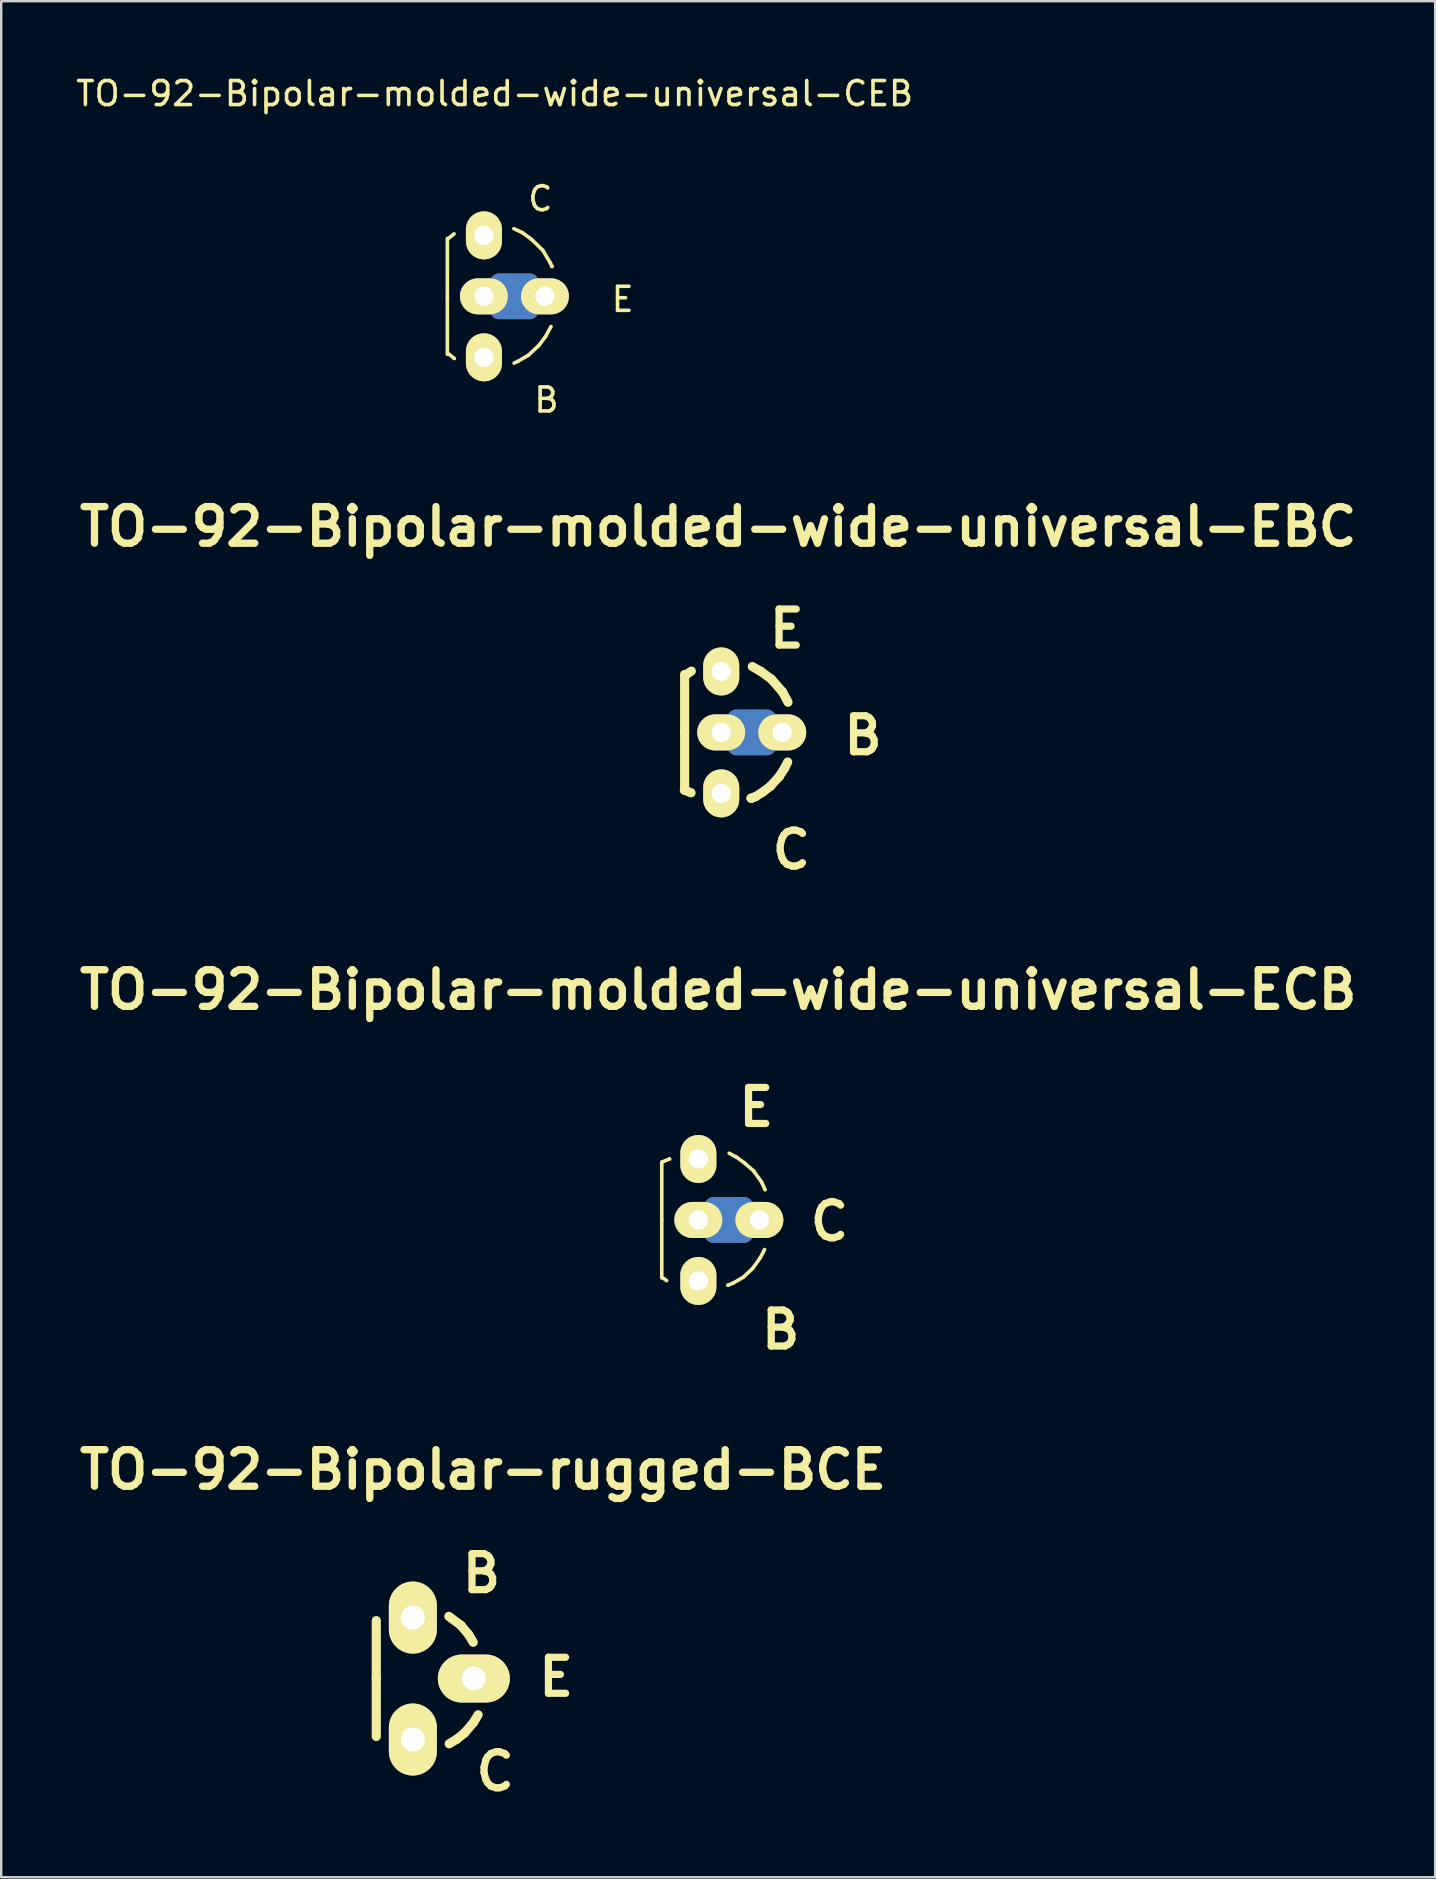
<source format=kicad_pcb>
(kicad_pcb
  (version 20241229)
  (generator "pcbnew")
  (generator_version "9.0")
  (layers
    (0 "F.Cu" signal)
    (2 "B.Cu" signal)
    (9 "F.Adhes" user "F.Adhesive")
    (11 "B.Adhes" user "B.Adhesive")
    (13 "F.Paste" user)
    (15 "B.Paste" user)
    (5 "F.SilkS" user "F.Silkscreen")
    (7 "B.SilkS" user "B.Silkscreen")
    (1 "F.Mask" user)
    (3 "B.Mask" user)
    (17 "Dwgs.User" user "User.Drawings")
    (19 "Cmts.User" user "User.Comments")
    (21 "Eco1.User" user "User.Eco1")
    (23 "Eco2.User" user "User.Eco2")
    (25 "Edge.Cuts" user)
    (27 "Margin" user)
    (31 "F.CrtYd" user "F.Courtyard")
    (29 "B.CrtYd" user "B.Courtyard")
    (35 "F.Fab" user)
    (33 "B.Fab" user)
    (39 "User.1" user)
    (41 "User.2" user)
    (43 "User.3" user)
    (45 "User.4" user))
  (footprint "TO-92-Bipolar-molded-wide-universal-CEB"
    (layer "F.Cu")
    (at 17.109 9.294)
    (property "Reference" "TO-92-Bipolar-molded-wide-universal-CEB" (at 0.445 -8.445 0) (layer "F.SilkS") (effects (font (size 1 1) (thickness 0.15))))
    (attr through_hole)
    (fp_line (start 0.635 -0.572) (end 1.905 -0.572) (stroke (width 0.762) (type solid)) (layer "F.Cu"))
    (fp_line (start 0.635 0.572) (end 1.905 0.572) (stroke (width 0.762) (type solid)) (layer "F.Cu"))
    (fp_line (start 0.889 0) (end 1.524 0) (stroke (width 0.762) (type solid)) (layer "F.Cu"))
    (fp_line (start 0.635 -0.572) (end 1.905 -0.572) (stroke (width 0.762) (type solid)) (layer "B.Cu"))
    (fp_line (start 0.635 0.572) (end 1.905 0.572) (stroke (width 0.762) (type solid)) (layer "B.Cu"))
    (fp_line (start 0.889 0) (end 1.524 0) (stroke (width 0.762) (type solid)) (layer "B.Cu"))
    (fp_line (start -1.524 0) (end -1.524 -2.413) (stroke (width 0.15) (type solid)) (layer "F.SilkS"))
    (fp_line (start -1.524 0) (end -1.524 2.413) (stroke (width 0.15) (type solid)) (layer "F.SilkS"))
    (fp_line (start -1.511 -2.388) (end -1.245 -2.603) (stroke (width 0.15) (type solid)) (layer "F.SilkS"))
    (fp_line (start -1.499 2.375) (end -1.232 2.591) (stroke (width 0.15) (type solid)) (layer "F.SilkS"))
    (fp_line (start 1.245 -2.819) (end 1.6 -2.654) (stroke (width 0.15) (type solid)) (layer "F.SilkS"))
    (fp_line (start 1.422 2.705) (end 1.257 2.781) (stroke (width 0.15) (type solid)) (layer "F.SilkS"))
    (fp_line (start 1.6 -2.654) (end 1.981 -2.375) (stroke (width 0.15) (type solid)) (layer "F.SilkS"))
    (fp_line (start 1.854 2.451) (end 1.422 2.705) (stroke (width 0.15) (type solid)) (layer "F.SilkS"))
    (fp_line (start 1.981 -2.375) (end 2.451 -1.918) (stroke (width 0.15) (type solid)) (layer "F.SilkS"))
    (fp_line (start 2.286 2.045) (end 1.854 2.451) (stroke (width 0.15) (type solid)) (layer "F.SilkS"))
    (fp_line (start 2.451 -1.918) (end 2.769 -1.384) (stroke (width 0.15) (type solid)) (layer "F.SilkS"))
    (fp_line (start 2.565 1.676) (end 2.286 2.045) (stroke (width 0.15) (type solid)) (layer "F.SilkS"))
    (fp_line (start 2.769 -1.384) (end 2.832 -1.245) (stroke (width 0.15) (type solid)) (layer "F.SilkS"))
    (fp_line (start 2.794 1.257) (end 2.565 1.676) (stroke (width 0.15) (type solid)) (layer "F.SilkS"))
    (fp_line (start 2.832 -1.245) (end 2.845 -1.245) (stroke (width 0.15) (type solid)) (layer "F.SilkS"))
    (fp_text user "E" (at 5.779 0.127 0) (layer "F.SilkS") (effects (font (size 1 1) (thickness 0.15))))
    (fp_text user "C" (at 2.349 -4.064 0) (layer "F.SilkS") (effects (font (size 1 1) (thickness 0.15))))
    (fp_text user "B" (at 2.603 4.318 0) (layer "F.SilkS") (effects (font (size 1 1) (thickness 0.15))))
    (pad "B" thru_hole oval (at 0 2.54) (size 1.501 1.999) (drill 0.8) (layers "*.Cu" "*.Mask" "F.SilkS"))
    (pad "C" thru_hole oval (at 0 -2.54) (size 1.501 1.999) (drill 0.8) (layers "*.Cu" "*.Mask" "F.SilkS"))
    (pad "E" thru_hole oval (at 0 0 90) (size 1.501 1.999) (drill 0.8) (layers "*.Cu" "*.Mask" "F.SilkS"))
    (pad "E" thru_hole oval (at 2.54 0) (size 1.999 1.501) (drill 0.8) (layers "*.Cu" "*.Mask" "F.SilkS")))
  (footprint "TO-92-Bipolar-molded-wide-universal-EBC"
    (layer "F.Cu")
    (at 26.993 27.459)
    (property "Reference" "TO-92-Bipolar-molded-wide-universal-EBC" (at -0.127 -8.572 0) (layer "F.SilkS") (effects (font (size 1.524 1.524) (thickness 0.305))))
    (attr through_hole)
    (fp_line (start 0.635 -0.572) (end 1.905 -0.572) (stroke (width 0.762) (type solid)) (layer "F.Cu"))
    (fp_line (start 0.635 0.572) (end 1.905 0.572) (stroke (width 0.762) (type solid)) (layer "F.Cu"))
    (fp_line (start 0.889 0) (end 1.524 0) (stroke (width 0.762) (type solid)) (layer "F.Cu"))
    (fp_line (start 0.635 -0.572) (end 1.905 -0.572) (stroke (width 0.762) (type solid)) (layer "B.Cu"))
    (fp_line (start 0.635 0.572) (end 1.905 0.572) (stroke (width 0.762) (type solid)) (layer "B.Cu"))
    (fp_line (start 0.889 0) (end 1.524 0) (stroke (width 0.762) (type solid)) (layer "B.Cu"))
    (fp_line (start -1.537 2.4) (end -1.257 2.515) (stroke (width 0.381) (type solid)) (layer "F.SilkS"))
    (fp_line (start -1.524 0) (end -1.524 -2.413) (stroke (width 0.381) (type solid)) (layer "F.SilkS"))
    (fp_line (start -1.524 0) (end -1.524 2.413) (stroke (width 0.381) (type solid)) (layer "F.SilkS"))
    (fp_line (start -1.511 -2.375) (end -1.245 -2.553) (stroke (width 0.381) (type solid)) (layer "F.SilkS"))
    (fp_line (start 1.245 2.743) (end 1.257 2.743) (stroke (width 0.381) (type solid)) (layer "F.SilkS"))
    (fp_line (start 1.257 2.743) (end 1.245 2.743) (stroke (width 0.381) (type solid)) (layer "F.SilkS"))
    (fp_line (start 1.295 -2.743) (end 1.651 -2.54) (stroke (width 0.381) (type solid)) (layer "F.SilkS"))
    (fp_line (start 1.422 2.68) (end 1.245 2.743) (stroke (width 0.381) (type solid)) (layer "F.SilkS"))
    (fp_line (start 1.651 -2.54) (end 2.083 -2.223) (stroke (width 0.381) (type solid)) (layer "F.SilkS"))
    (fp_line (start 1.74 2.477) (end 1.422 2.68) (stroke (width 0.381) (type solid)) (layer "F.SilkS"))
    (fp_line (start 2.057 2.235) (end 1.74 2.477) (stroke (width 0.381) (type solid)) (layer "F.SilkS"))
    (fp_line (start 2.083 -2.223) (end 2.553 -1.689) (stroke (width 0.381) (type solid)) (layer "F.SilkS"))
    (fp_line (start 2.413 1.841) (end 2.057 2.235) (stroke (width 0.381) (type solid)) (layer "F.SilkS"))
    (fp_line (start 2.553 -1.689) (end 2.781 -1.257) (stroke (width 0.381) (type solid)) (layer "F.SilkS"))
    (fp_line (start 2.642 1.486) (end 2.413 1.841) (stroke (width 0.381) (type solid)) (layer "F.SilkS"))
    (fp_line (start 2.769 1.232) (end 2.642 1.486) (stroke (width 0.381) (type solid)) (layer "F.SilkS"))
    (fp_text user "B" (at 5.905 0.127 0) (layer "F.SilkS") (effects (font (size 1.501 1.501) (thickness 0.3))))
    (fp_text user "E" (at 2.731 -4.318 0) (layer "F.SilkS") (effects (font (size 1.501 1.501) (thickness 0.3))))
    (fp_text user "C" (at 2.921 4.889 0) (layer "F.SilkS") (effects (font (size 1.501 1.501) (thickness 0.3))))
    (pad "B" thru_hole oval (at 0 0 90) (size 1.501 1.999) (drill 0.8) (layers "*.Cu" "*.Mask" "F.SilkS"))
    (pad "B" thru_hole oval (at 2.54 0) (size 1.999 1.501) (drill 0.8) (layers "*.Cu" "*.Mask" "F.SilkS"))
    (pad "C" thru_hole oval (at 0 2.54) (size 1.501 1.999) (drill 0.8) (layers "*.Cu" "*.Mask" "F.SilkS"))
    (pad "E" thru_hole oval (at 0 -2.54) (size 1.501 1.999) (drill 0.8) (layers "*.Cu" "*.Mask" "F.SilkS")))
  (footprint "TO-92-Bipolar-molded-wide-universal-ECB"
    (layer "F.Cu")
    (at 26.04 47.768)
    (property "Reference" "TO-92-Bipolar-molded-wide-universal-ECB" (at 0.826 -9.588 0) (layer "F.SilkS") (effects (font (size 1.524 1.524) (thickness 0.305))))
    (attr through_hole)
    (fp_line (start 0.635 -0.572) (end 1.905 -0.572) (stroke (width 0.762) (type solid)) (layer "F.Cu"))
    (fp_line (start 0.635 0.572) (end 1.905 0.572) (stroke (width 0.762) (type solid)) (layer "F.Cu"))
    (fp_line (start 0.889 0) (end 1.524 0) (stroke (width 0.762) (type solid)) (layer "F.Cu"))
    (fp_line (start 0.635 -0.572) (end 1.905 -0.572) (stroke (width 0.762) (type solid)) (layer "B.Cu"))
    (fp_line (start 0.635 0.572) (end 1.905 0.572) (stroke (width 0.762) (type solid)) (layer "B.Cu"))
    (fp_line (start 0.889 0) (end 1.524 0) (stroke (width 0.762) (type solid)) (layer "B.Cu"))
    (fp_line (start -1.524 0) (end -1.524 -2.413) (stroke (width 0.15) (type solid)) (layer "F.SilkS"))
    (fp_line (start -1.524 0) (end -1.524 2.413) (stroke (width 0.15) (type solid)) (layer "F.SilkS"))
    (fp_line (start -1.511 2.388) (end -1.321 2.527) (stroke (width 0.15) (type solid)) (layer "F.SilkS"))
    (fp_line (start -1.486 -2.426) (end -1.206 -2.54) (stroke (width 0.15) (type solid)) (layer "F.SilkS"))
    (fp_line (start -1.206 -2.54) (end -1.194 -2.54) (stroke (width 0.15) (type solid)) (layer "F.SilkS"))
    (fp_line (start 1.232 2.718) (end 1.245 2.718) (stroke (width 0.15) (type solid)) (layer "F.SilkS"))
    (fp_line (start 1.283 -2.781) (end 1.587 -2.616) (stroke (width 0.15) (type solid)) (layer "F.SilkS"))
    (fp_line (start 1.448 2.629) (end 1.232 2.718) (stroke (width 0.15) (type solid)) (layer "F.SilkS"))
    (fp_line (start 1.587 -2.616) (end 1.905 -2.388) (stroke (width 0.15) (type solid)) (layer "F.SilkS"))
    (fp_line (start 1.867 2.388) (end 1.448 2.629) (stroke (width 0.15) (type solid)) (layer "F.SilkS"))
    (fp_line (start 1.905 -2.388) (end 2.299 -2.045) (stroke (width 0.15) (type solid)) (layer "F.SilkS"))
    (fp_line (start 2.261 2.019) (end 1.867 2.388) (stroke (width 0.15) (type solid)) (layer "F.SilkS"))
    (fp_line (start 2.299 -2.045) (end 2.629 -1.587) (stroke (width 0.15) (type solid)) (layer "F.SilkS"))
    (fp_line (start 2.578 1.575) (end 2.261 2.019) (stroke (width 0.15) (type solid)) (layer "F.SilkS"))
    (fp_line (start 2.629 -1.587) (end 2.781 -1.257) (stroke (width 0.15) (type solid)) (layer "F.SilkS"))
    (fp_line (start 2.756 1.232) (end 2.578 1.575) (stroke (width 0.15) (type solid)) (layer "F.SilkS"))
    (fp_text user "C" (at 5.461 0.064 0) (layer "F.SilkS") (effects (font (size 1.501 1.501) (thickness 0.3))))
    (fp_text user "E" (at 2.413 -4.699 0) (layer "F.SilkS") (effects (font (size 1.501 1.501) (thickness 0.3))))
    (fp_text user "B" (at 3.429 4.572 0) (layer "F.SilkS") (effects (font (size 1.501 1.501) (thickness 0.3))))
    (pad "B" thru_hole oval (at 0 2.54) (size 1.501 1.999) (drill 0.8) (layers "*.Cu" "*.Mask" "F.SilkS"))
    (pad "C" thru_hole oval (at 0 0 90) (size 1.501 1.999) (drill 0.8) (layers "*.Cu" "*.Mask" "F.SilkS"))
    (pad "C" thru_hole oval (at 2.54 0) (size 1.999 1.501) (drill 0.8) (layers "*.Cu" "*.Mask" "F.SilkS"))
    (pad "E" thru_hole oval (at 0 -2.54) (size 1.501 1.999) (drill 0.8) (layers "*.Cu" "*.Mask" "F.SilkS")))
  (footprint "TO-92-Bipolar-rugged-BCE"
    (layer "F.Cu")
    (at 14.148 66.87)
    (property "Reference" "TO-92-Bipolar-rugged-BCE" (at 2.921 -8.7 0) (layer "F.SilkS") (effects (font (size 1.524 1.524) (thickness 0.305))))
    (attr through_hole)
    (fp_line (start -1.524 0) (end -1.524 -2.413) (stroke (width 0.381) (type solid)) (layer "F.SilkS"))
    (fp_line (start -1.524 0) (end -1.524 2.413) (stroke (width 0.381) (type solid)) (layer "F.SilkS"))
    (fp_line (start 1.499 -2.591) (end 2.007 -2.21) (stroke (width 0.381) (type solid)) (layer "F.SilkS"))
    (fp_line (start 1.829 2.527) (end 1.511 2.718) (stroke (width 0.381) (type solid)) (layer "F.SilkS"))
    (fp_line (start 2.007 -2.21) (end 2.324 -1.829) (stroke (width 0.381) (type solid)) (layer "F.SilkS"))
    (fp_line (start 2.146 2.273) (end 1.829 2.527) (stroke (width 0.381) (type solid)) (layer "F.SilkS"))
    (fp_line (start 2.324 -1.829) (end 2.515 -1.511) (stroke (width 0.381) (type solid)) (layer "F.SilkS"))
    (fp_line (start 2.527 1.829) (end 2.146 2.273) (stroke (width 0.381) (type solid)) (layer "F.SilkS"))
    (fp_line (start 2.718 1.511) (end 2.527 1.829) (stroke (width 0.381) (type solid)) (layer "F.SilkS"))
    (fp_text user "E" (at 5.969 -0.064 0) (layer "F.SilkS") (effects (font (size 1.501 1.501) (thickness 0.3))))
    (fp_text user "B" (at 2.857 -4.381 0) (layer "F.SilkS") (effects (font (size 1.501 1.501) (thickness 0.3))))
    (fp_text user "C" (at 3.429 3.873 0) (layer "F.SilkS") (effects (font (size 1.501 1.501) (thickness 0.3))))
    (pad "B" thru_hole oval (at 0 -2.54) (size 1.999 3) (drill 1.001) (layers "*.Cu" "*.Mask" "F.SilkS"))
    (pad "C" thru_hole oval (at 0 2.54) (size 1.999 3) (drill 1.001) (layers "*.Cu" "*.Mask" "F.SilkS"))
    (pad "E" thru_hole oval (at 2.54 0) (size 3 1.999) (drill 1.001) (layers "*.Cu" "*.Mask" "F.SilkS")))
  (gr_rect
    (start -3 -3)
    (end 56.732 75.147)
    (stroke (width 0.1) (type default))
    (fill no)
    (layer "Edge.Cuts")))
</source>
